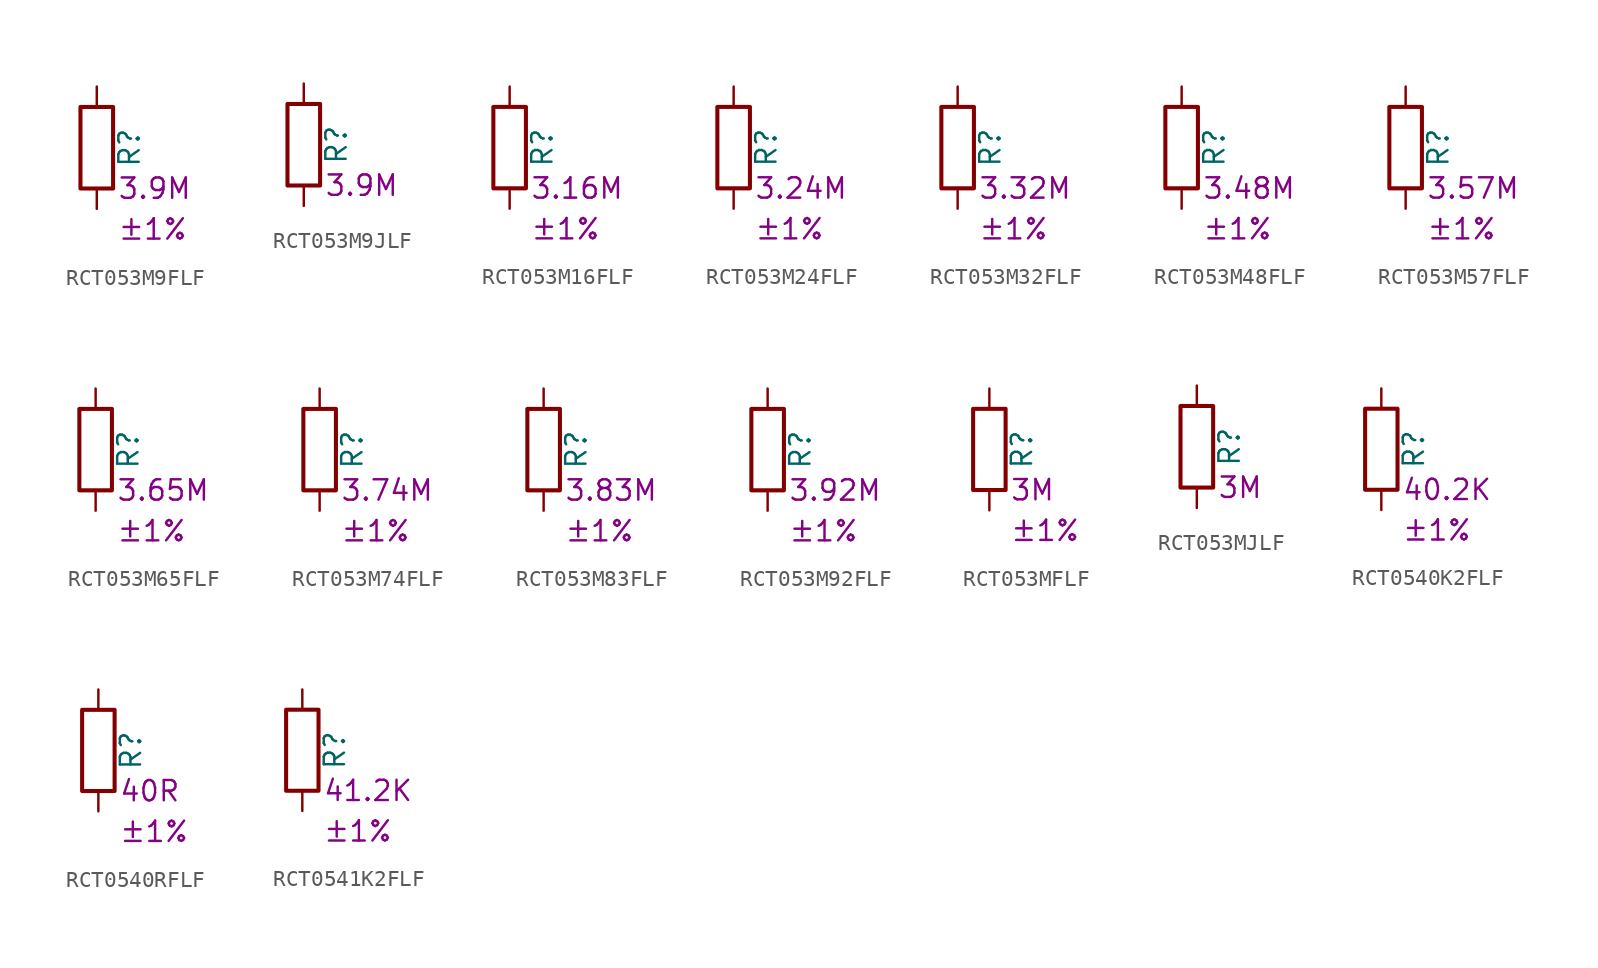
<source format=kicad_sym>
(kicad_symbol_lib
  (version 20220914)
  (generator kicad_symbol_editor)
  (symbol "RCT053M9FLF"
    (pin_numbers hide)
    (pin_names
      (offset 0))
    (property "Reference" "R"
      (at 2.032 0 90)
      (effects (font (size 1.27 1.27))))
    (property "Resistance" "3.9M"
      (at 1.27 -2.54 0)
      (effects (font (size 1.27 1.27)) (justify left)))
    (property "Tolerance" "±1%"
      (at 1.27 -5.08 0)
      (effects (font (size 1.27 1.27)) (justify left)))
    (symbol "RCT053M9FLF_0_1"
      (rectangle (start -1.016 -2.54) (end 1.016 2.54) (stroke (width 0.254) (type default)) (fill (type none))))
    (symbol "RCT053M9FLF_1_1"
      (pin passive line (at 0 3.81 270) (length 1.27) (name "~" (effects (font (size 1.27 1.27)))) (number "1" (effects (font (size 1.27 1.27)))))
      (pin passive line (at 0 -3.81 90) (length 1.27) (name "~" (effects (font (size 1.27 1.27)))) (number "2" (effects (font (size 1.27 1.27)))))))
  (symbol "RCT053M9JLF"
    (pin_numbers hide)
    (pin_names
      (offset 0))
    (property "Reference" "R"
      (at 2.032 0 90)
      (effects (font (size 1.27 1.27))))
    (property "Resistance" "3.9M"
      (at 1.27 -2.54 0)
      (effects (font (size 1.27 1.27)) (justify left)))
    (symbol "RCT053M9JLF_0_1"
      (rectangle (start -1.016 -2.54) (end 1.016 2.54) (stroke (width 0.254) (type default)) (fill (type none))))
    (symbol "RCT053M9JLF_1_1"
      (pin passive line (at 0 3.81 270) (length 1.27) (name "~" (effects (font (size 1.27 1.27)))) (number "1" (effects (font (size 1.27 1.27)))))
      (pin passive line (at 0 -3.81 90) (length 1.27) (name "~" (effects (font (size 1.27 1.27)))) (number "2" (effects (font (size 1.27 1.27)))))))
  (symbol "RCT053M16FLF"
    (pin_numbers hide)
    (pin_names
      (offset 0))
    (property "Reference" "R"
      (at 2.032 0 90)
      (effects (font (size 1.27 1.27))))
    (property "Resistance" "3.16M"
      (at 1.27 -2.54 0)
      (effects (font (size 1.27 1.27)) (justify left)))
    (property "Tolerance" "±1%"
      (at 1.27 -5.08 0)
      (effects (font (size 1.27 1.27)) (justify left)))
    (symbol "RCT053M16FLF_0_1"
      (rectangle (start -1.016 -2.54) (end 1.016 2.54) (stroke (width 0.254) (type default)) (fill (type none))))
    (symbol "RCT053M16FLF_1_1"
      (pin passive line (at 0 3.81 270) (length 1.27) (name "~" (effects (font (size 1.27 1.27)))) (number "1" (effects (font (size 1.27 1.27)))))
      (pin passive line (at 0 -3.81 90) (length 1.27) (name "~" (effects (font (size 1.27 1.27)))) (number "2" (effects (font (size 1.27 1.27)))))))
  (symbol "RCT053M24FLF"
    (pin_numbers hide)
    (pin_names
      (offset 0))
    (property "Reference" "R"
      (at 2.032 0 90)
      (effects (font (size 1.27 1.27))))
    (property "Resistance" "3.24M"
      (at 1.27 -2.54 0)
      (effects (font (size 1.27 1.27)) (justify left)))
    (property "Tolerance" "±1%"
      (at 1.27 -5.08 0)
      (effects (font (size 1.27 1.27)) (justify left)))
    (symbol "RCT053M24FLF_0_1"
      (rectangle (start -1.016 -2.54) (end 1.016 2.54) (stroke (width 0.254) (type default)) (fill (type none))))
    (symbol "RCT053M24FLF_1_1"
      (pin passive line (at 0 3.81 270) (length 1.27) (name "~" (effects (font (size 1.27 1.27)))) (number "1" (effects (font (size 1.27 1.27)))))
      (pin passive line (at 0 -3.81 90) (length 1.27) (name "~" (effects (font (size 1.27 1.27)))) (number "2" (effects (font (size 1.27 1.27)))))))
  (symbol "RCT053M32FLF"
    (pin_numbers hide)
    (pin_names
      (offset 0))
    (property "Reference" "R"
      (at 2.032 0 90)
      (effects (font (size 1.27 1.27))))
    (property "Resistance" "3.32M"
      (at 1.27 -2.54 0)
      (effects (font (size 1.27 1.27)) (justify left)))
    (property "Tolerance" "±1%"
      (at 1.27 -5.08 0)
      (effects (font (size 1.27 1.27)) (justify left)))
    (symbol "RCT053M32FLF_0_1"
      (rectangle (start -1.016 -2.54) (end 1.016 2.54) (stroke (width 0.254) (type default)) (fill (type none))))
    (symbol "RCT053M32FLF_1_1"
      (pin passive line (at 0 3.81 270) (length 1.27) (name "~" (effects (font (size 1.27 1.27)))) (number "1" (effects (font (size 1.27 1.27)))))
      (pin passive line (at 0 -3.81 90) (length 1.27) (name "~" (effects (font (size 1.27 1.27)))) (number "2" (effects (font (size 1.27 1.27)))))))
  (symbol "RCT053M48FLF"
    (pin_numbers hide)
    (pin_names
      (offset 0))
    (property "Reference" "R"
      (at 2.032 0 90)
      (effects (font (size 1.27 1.27))))
    (property "Resistance" "3.48M"
      (at 1.27 -2.54 0)
      (effects (font (size 1.27 1.27)) (justify left)))
    (property "Tolerance" "±1%"
      (at 1.27 -5.08 0)
      (effects (font (size 1.27 1.27)) (justify left)))
    (symbol "RCT053M48FLF_0_1"
      (rectangle (start -1.016 -2.54) (end 1.016 2.54) (stroke (width 0.254) (type default)) (fill (type none))))
    (symbol "RCT053M48FLF_1_1"
      (pin passive line (at 0 3.81 270) (length 1.27) (name "~" (effects (font (size 1.27 1.27)))) (number "1" (effects (font (size 1.27 1.27)))))
      (pin passive line (at 0 -3.81 90) (length 1.27) (name "~" (effects (font (size 1.27 1.27)))) (number "2" (effects (font (size 1.27 1.27)))))))
  (symbol "RCT053M57FLF"
    (pin_numbers hide)
    (pin_names
      (offset 0))
    (property "Reference" "R"
      (at 2.032 0 90)
      (effects (font (size 1.27 1.27))))
    (property "Resistance" "3.57M"
      (at 1.27 -2.54 0)
      (effects (font (size 1.27 1.27)) (justify left)))
    (property "Tolerance" "±1%"
      (at 1.27 -5.08 0)
      (effects (font (size 1.27 1.27)) (justify left)))
    (symbol "RCT053M57FLF_0_1"
      (rectangle (start -1.016 -2.54) (end 1.016 2.54) (stroke (width 0.254) (type default)) (fill (type none))))
    (symbol "RCT053M57FLF_1_1"
      (pin passive line (at 0 3.81 270) (length 1.27) (name "~" (effects (font (size 1.27 1.27)))) (number "1" (effects (font (size 1.27 1.27)))))
      (pin passive line (at 0 -3.81 90) (length 1.27) (name "~" (effects (font (size 1.27 1.27)))) (number "2" (effects (font (size 1.27 1.27)))))))
  (symbol "RCT053M65FLF"
    (pin_numbers hide)
    (pin_names
      (offset 0))
    (property "Reference" "R"
      (at 2.032 0 90)
      (effects (font (size 1.27 1.27))))
    (property "Resistance" "3.65M"
      (at 1.27 -2.54 0)
      (effects (font (size 1.27 1.27)) (justify left)))
    (property "Tolerance" "±1%"
      (at 1.27 -5.08 0)
      (effects (font (size 1.27 1.27)) (justify left)))
    (symbol "RCT053M65FLF_0_1"
      (rectangle (start -1.016 -2.54) (end 1.016 2.54) (stroke (width 0.254) (type default)) (fill (type none))))
    (symbol "RCT053M65FLF_1_1"
      (pin passive line (at 0 3.81 270) (length 1.27) (name "~" (effects (font (size 1.27 1.27)))) (number "1" (effects (font (size 1.27 1.27)))))
      (pin passive line (at 0 -3.81 90) (length 1.27) (name "~" (effects (font (size 1.27 1.27)))) (number "2" (effects (font (size 1.27 1.27)))))))
  (symbol "RCT053M74FLF"
    (pin_numbers hide)
    (pin_names
      (offset 0))
    (property "Reference" "R"
      (at 2.032 0 90)
      (effects (font (size 1.27 1.27))))
    (property "Resistance" "3.74M"
      (at 1.27 -2.54 0)
      (effects (font (size 1.27 1.27)) (justify left)))
    (property "Tolerance" "±1%"
      (at 1.27 -5.08 0)
      (effects (font (size 1.27 1.27)) (justify left)))
    (symbol "RCT053M74FLF_0_1"
      (rectangle (start -1.016 -2.54) (end 1.016 2.54) (stroke (width 0.254) (type default)) (fill (type none))))
    (symbol "RCT053M74FLF_1_1"
      (pin passive line (at 0 3.81 270) (length 1.27) (name "~" (effects (font (size 1.27 1.27)))) (number "1" (effects (font (size 1.27 1.27)))))
      (pin passive line (at 0 -3.81 90) (length 1.27) (name "~" (effects (font (size 1.27 1.27)))) (number "2" (effects (font (size 1.27 1.27)))))))
  (symbol "RCT053M83FLF"
    (pin_numbers hide)
    (pin_names
      (offset 0))
    (property "Reference" "R"
      (at 2.032 0 90)
      (effects (font (size 1.27 1.27))))
    (property "Resistance" "3.83M"
      (at 1.27 -2.54 0)
      (effects (font (size 1.27 1.27)) (justify left)))
    (property "Tolerance" "±1%"
      (at 1.27 -5.08 0)
      (effects (font (size 1.27 1.27)) (justify left)))
    (symbol "RCT053M83FLF_0_1"
      (rectangle (start -1.016 -2.54) (end 1.016 2.54) (stroke (width 0.254) (type default)) (fill (type none))))
    (symbol "RCT053M83FLF_1_1"
      (pin passive line (at 0 3.81 270) (length 1.27) (name "~" (effects (font (size 1.27 1.27)))) (number "1" (effects (font (size 1.27 1.27)))))
      (pin passive line (at 0 -3.81 90) (length 1.27) (name "~" (effects (font (size 1.27 1.27)))) (number "2" (effects (font (size 1.27 1.27)))))))
  (symbol "RCT053M92FLF"
    (pin_numbers hide)
    (pin_names
      (offset 0))
    (property "Reference" "R"
      (at 2.032 0 90)
      (effects (font (size 1.27 1.27))))
    (property "Resistance" "3.92M"
      (at 1.27 -2.54 0)
      (effects (font (size 1.27 1.27)) (justify left)))
    (property "Tolerance" "±1%"
      (at 1.27 -5.08 0)
      (effects (font (size 1.27 1.27)) (justify left)))
    (symbol "RCT053M92FLF_0_1"
      (rectangle (start -1.016 -2.54) (end 1.016 2.54) (stroke (width 0.254) (type default)) (fill (type none))))
    (symbol "RCT053M92FLF_1_1"
      (pin passive line (at 0 3.81 270) (length 1.27) (name "~" (effects (font (size 1.27 1.27)))) (number "1" (effects (font (size 1.27 1.27)))))
      (pin passive line (at 0 -3.81 90) (length 1.27) (name "~" (effects (font (size 1.27 1.27)))) (number "2" (effects (font (size 1.27 1.27)))))))
  (symbol "RCT053MFLF"
    (pin_numbers hide)
    (pin_names
      (offset 0))
    (property "Reference" "R"
      (at 2.032 0 90)
      (effects (font (size 1.27 1.27))))
    (property "Resistance" "3M"
      (at 1.27 -2.54 0)
      (effects (font (size 1.27 1.27)) (justify left)))
    (property "Tolerance" "±1%"
      (at 1.27 -5.08 0)
      (effects (font (size 1.27 1.27)) (justify left)))
    (symbol "RCT053MFLF_0_1"
      (rectangle (start -1.016 -2.54) (end 1.016 2.54) (stroke (width 0.254) (type default)) (fill (type none))))
    (symbol "RCT053MFLF_1_1"
      (pin passive line (at 0 3.81 270) (length 1.27) (name "~" (effects (font (size 1.27 1.27)))) (number "1" (effects (font (size 1.27 1.27)))))
      (pin passive line (at 0 -3.81 90) (length 1.27) (name "~" (effects (font (size 1.27 1.27)))) (number "2" (effects (font (size 1.27 1.27)))))))
  (symbol "RCT053MJLF"
    (pin_numbers hide)
    (pin_names
      (offset 0))
    (property "Reference" "R"
      (at 2.032 0 90)
      (effects (font (size 1.27 1.27))))
    (property "Resistance" "3M"
      (at 1.27 -2.54 0)
      (effects (font (size 1.27 1.27)) (justify left)))
    (symbol "RCT053MJLF_0_1"
      (rectangle (start -1.016 -2.54) (end 1.016 2.54) (stroke (width 0.254) (type default)) (fill (type none))))
    (symbol "RCT053MJLF_1_1"
      (pin passive line (at 0 3.81 270) (length 1.27) (name "~" (effects (font (size 1.27 1.27)))) (number "1" (effects (font (size 1.27 1.27)))))
      (pin passive line (at 0 -3.81 90) (length 1.27) (name "~" (effects (font (size 1.27 1.27)))) (number "2" (effects (font (size 1.27 1.27)))))))
  (symbol "RCT0540K2FLF"
    (pin_numbers hide)
    (pin_names
      (offset 0))
    (property "Reference" "R"
      (at 2.032 0 90)
      (effects (font (size 1.27 1.27))))
    (property "Resistance" "40.2K"
      (at 1.27 -2.54 0)
      (effects (font (size 1.27 1.27)) (justify left)))
    (property "Tolerance" "±1%"
      (at 1.27 -5.08 0)
      (effects (font (size 1.27 1.27)) (justify left)))
    (symbol "RCT0540K2FLF_0_1"
      (rectangle (start -1.016 -2.54) (end 1.016 2.54) (stroke (width 0.254) (type default)) (fill (type none))))
    (symbol "RCT0540K2FLF_1_1"
      (pin passive line (at 0 3.81 270) (length 1.27) (name "~" (effects (font (size 1.27 1.27)))) (number "1" (effects (font (size 1.27 1.27)))))
      (pin passive line (at 0 -3.81 90) (length 1.27) (name "~" (effects (font (size 1.27 1.27)))) (number "2" (effects (font (size 1.27 1.27)))))))
  (symbol "RCT0540RFLF"
    (pin_numbers hide)
    (pin_names
      (offset 0))
    (property "Reference" "R"
      (at 2.032 0 90)
      (effects (font (size 1.27 1.27))))
    (property "Resistance" "40R"
      (at 1.27 -2.54 0)
      (effects (font (size 1.27 1.27)) (justify left)))
    (property "Tolerance" "±1%"
      (at 1.27 -5.08 0)
      (effects (font (size 1.27 1.27)) (justify left)))
    (symbol "RCT0540RFLF_0_1"
      (rectangle (start -1.016 -2.54) (end 1.016 2.54) (stroke (width 0.254) (type default)) (fill (type none))))
    (symbol "RCT0540RFLF_1_1"
      (pin passive line (at 0 3.81 270) (length 1.27) (name "~" (effects (font (size 1.27 1.27)))) (number "1" (effects (font (size 1.27 1.27)))))
      (pin passive line (at 0 -3.81 90) (length 1.27) (name "~" (effects (font (size 1.27 1.27)))) (number "2" (effects (font (size 1.27 1.27)))))))
  (symbol "RCT0541K2FLF"
    (pin_numbers hide)
    (pin_names
      (offset 0))
    (property "Reference" "R"
      (at 2.032 0 90)
      (effects (font (size 1.27 1.27))))
    (property "Resistance" "41.2K"
      (at 1.27 -2.54 0)
      (effects (font (size 1.27 1.27)) (justify left)))
    (property "Tolerance" "±1%"
      (at 1.27 -5.08 0)
      (effects (font (size 1.27 1.27)) (justify left)))
    (symbol "RCT0541K2FLF_0_1"
      (rectangle (start -1.016 -2.54) (end 1.016 2.54) (stroke (width 0.254) (type default)) (fill (type none))))
    (symbol "RCT0541K2FLF_1_1"
      (pin passive line (at 0 3.81 270) (length 1.27) (name "~" (effects (font (size 1.27 1.27)))) (number "1" (effects (font (size 1.27 1.27)))))
      (pin passive line (at 0 -3.81 90) (length 1.27) (name "~" (effects (font (size 1.27 1.27)))) (number "2" (effects (font (size 1.27 1.27))))))))
</source>
